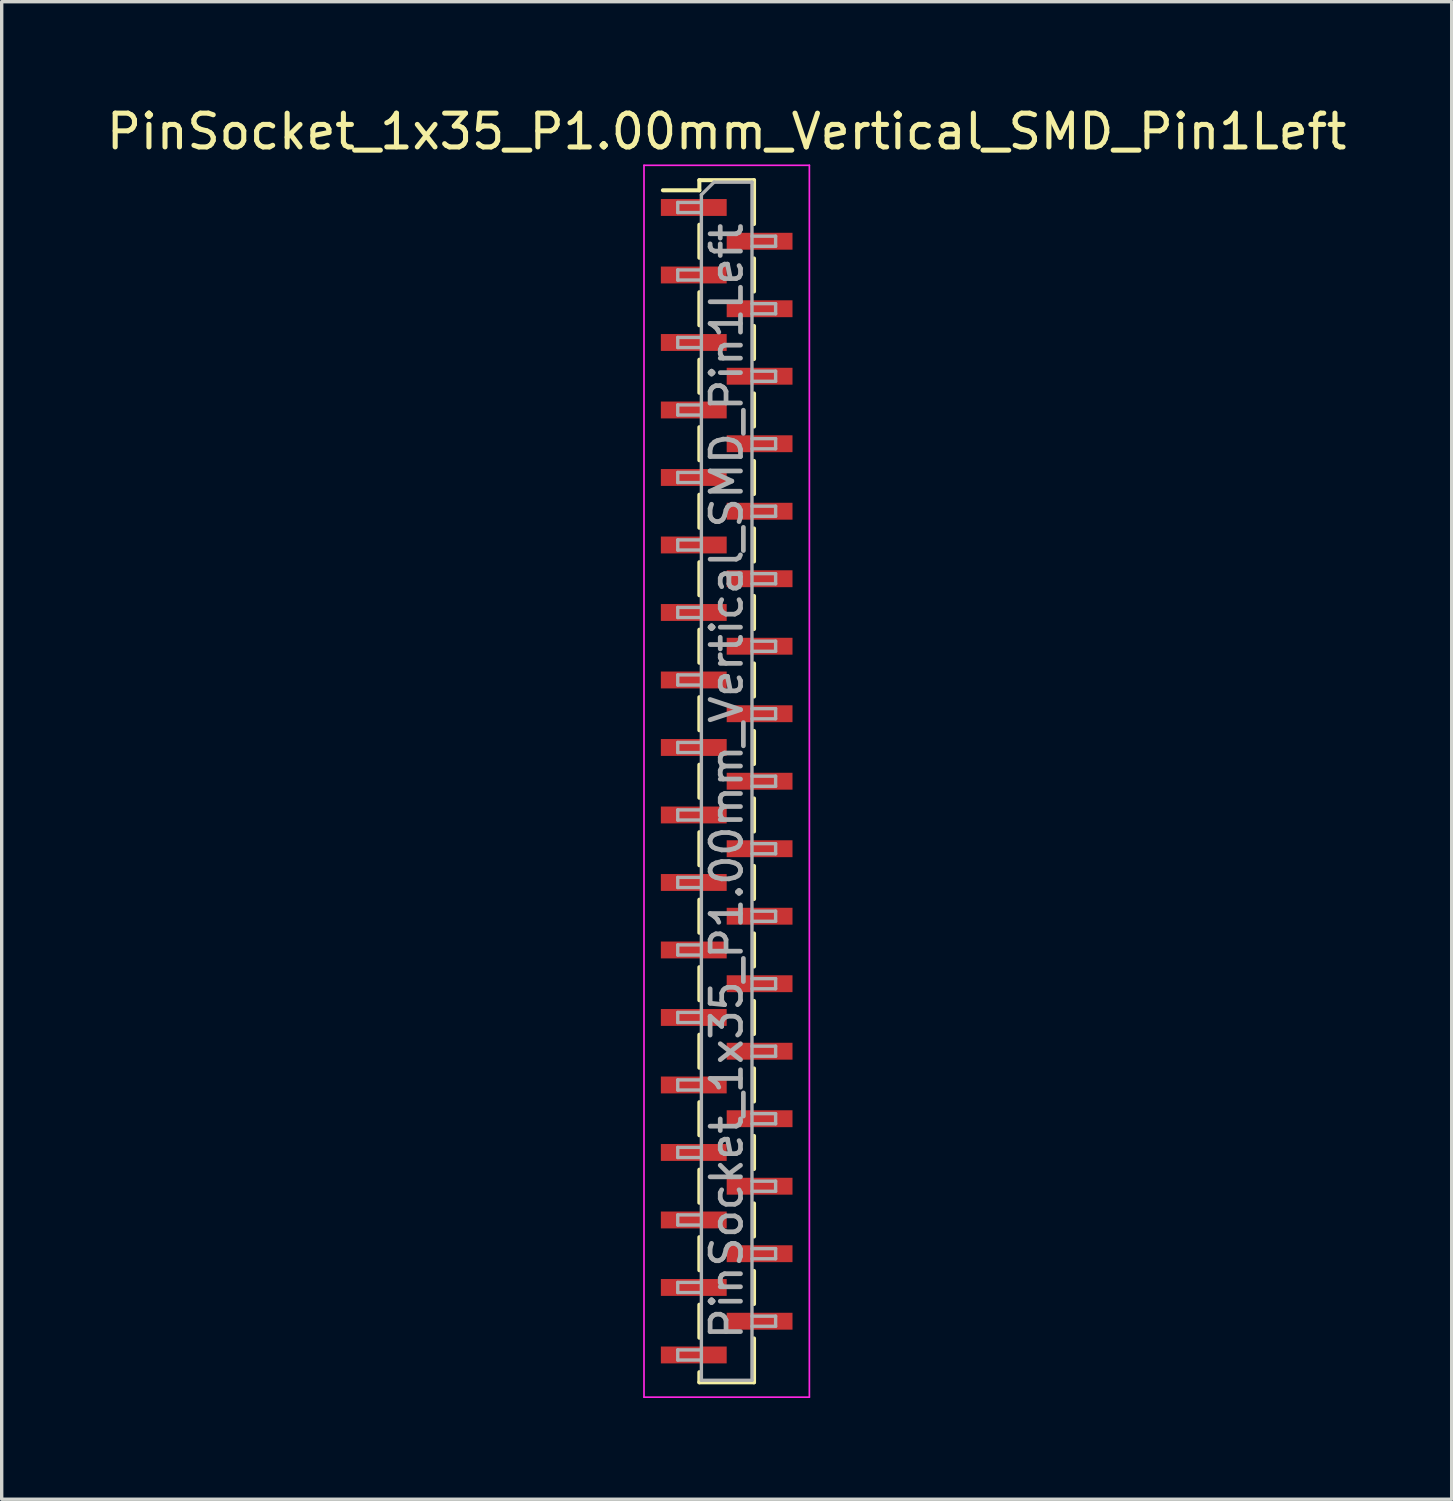
<source format=kicad_pcb>
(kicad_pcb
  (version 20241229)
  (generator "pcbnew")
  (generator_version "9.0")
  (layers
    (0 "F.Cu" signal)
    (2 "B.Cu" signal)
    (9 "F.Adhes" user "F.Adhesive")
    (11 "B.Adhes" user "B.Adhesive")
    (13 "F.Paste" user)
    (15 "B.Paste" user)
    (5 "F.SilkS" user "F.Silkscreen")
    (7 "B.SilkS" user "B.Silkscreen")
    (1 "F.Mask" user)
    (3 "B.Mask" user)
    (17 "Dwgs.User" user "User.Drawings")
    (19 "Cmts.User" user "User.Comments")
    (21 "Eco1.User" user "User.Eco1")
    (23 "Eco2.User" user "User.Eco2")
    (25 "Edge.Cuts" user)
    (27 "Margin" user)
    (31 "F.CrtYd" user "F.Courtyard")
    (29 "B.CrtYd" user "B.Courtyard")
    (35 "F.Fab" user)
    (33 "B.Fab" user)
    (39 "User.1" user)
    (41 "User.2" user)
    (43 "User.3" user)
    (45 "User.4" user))
  (footprint "PinSocket_1x35_P1.00mm_Vertical_SMD_Pin1Left"
    (layer "F.Cu")
    (at 18.482 20.098)
    (property "Reference" "PinSocket_1x35_P1.00mm_Vertical_SMD_Pin1Left" (at 0 -19.25 0) (layer "F.SilkS") (effects (font (size 1 1) (thickness 0.15))))
    (attr smd)
    (fp_line (start -1.89 -17.51) (end -0.81 -17.51) (stroke (width 0.12) (type solid)) (layer "F.SilkS"))
    (fp_line (start -0.81 -17.81) (end -0.81 -17.51) (stroke (width 0.12) (type solid)) (layer "F.SilkS"))
    (fp_line (start -0.81 -17.81) (end 0.81 -17.81) (stroke (width 0.12) (type solid)) (layer "F.SilkS"))
    (fp_line (start -0.81 -16.49) (end -0.81 -15.51) (stroke (width 0.12) (type solid)) (layer "F.SilkS"))
    (fp_line (start -0.81 -14.49) (end -0.81 -13.51) (stroke (width 0.12) (type solid)) (layer "F.SilkS"))
    (fp_line (start -0.81 -12.49) (end -0.81 -11.51) (stroke (width 0.12) (type solid)) (layer "F.SilkS"))
    (fp_line (start -0.81 -10.49) (end -0.81 -9.51) (stroke (width 0.12) (type solid)) (layer "F.SilkS"))
    (fp_line (start -0.81 -8.49) (end -0.81 -7.51) (stroke (width 0.12) (type solid)) (layer "F.SilkS"))
    (fp_line (start -0.81 -6.49) (end -0.81 -5.51) (stroke (width 0.12) (type solid)) (layer "F.SilkS"))
    (fp_line (start -0.81 -4.49) (end -0.81 -3.51) (stroke (width 0.12) (type solid)) (layer "F.SilkS"))
    (fp_line (start -0.81 -2.49) (end -0.81 -1.51) (stroke (width 0.12) (type solid)) (layer "F.SilkS"))
    (fp_line (start -0.81 -0.49) (end -0.81 0.49) (stroke (width 0.12) (type solid)) (layer "F.SilkS"))
    (fp_line (start -0.81 1.51) (end -0.81 2.49) (stroke (width 0.12) (type solid)) (layer "F.SilkS"))
    (fp_line (start -0.81 3.51) (end -0.81 4.49) (stroke (width 0.12) (type solid)) (layer "F.SilkS"))
    (fp_line (start -0.81 5.51) (end -0.81 6.49) (stroke (width 0.12) (type solid)) (layer "F.SilkS"))
    (fp_line (start -0.81 7.51) (end -0.81 8.49) (stroke (width 0.12) (type solid)) (layer "F.SilkS"))
    (fp_line (start -0.81 9.51) (end -0.81 10.49) (stroke (width 0.12) (type solid)) (layer "F.SilkS"))
    (fp_line (start -0.81 11.51) (end -0.81 12.49) (stroke (width 0.12) (type solid)) (layer "F.SilkS"))
    (fp_line (start -0.81 13.51) (end -0.81 14.49) (stroke (width 0.12) (type solid)) (layer "F.SilkS"))
    (fp_line (start -0.81 15.51) (end -0.81 16.49) (stroke (width 0.12) (type solid)) (layer "F.SilkS"))
    (fp_line (start -0.81 17.51) (end -0.81 17.81) (stroke (width 0.12) (type solid)) (layer "F.SilkS"))
    (fp_line (start -0.81 17.81) (end 0.81 17.81) (stroke (width 0.12) (type solid)) (layer "F.SilkS"))
    (fp_line (start 0.81 -17.81) (end 0.81 -16.51) (stroke (width 0.12) (type solid)) (layer "F.SilkS"))
    (fp_line (start 0.81 -15.49) (end 0.81 -14.51) (stroke (width 0.12) (type solid)) (layer "F.SilkS"))
    (fp_line (start 0.81 -13.49) (end 0.81 -12.51) (stroke (width 0.12) (type solid)) (layer "F.SilkS"))
    (fp_line (start 0.81 -11.49) (end 0.81 -10.51) (stroke (width 0.12) (type solid)) (layer "F.SilkS"))
    (fp_line (start 0.81 -9.49) (end 0.81 -8.51) (stroke (width 0.12) (type solid)) (layer "F.SilkS"))
    (fp_line (start 0.81 -7.49) (end 0.81 -6.51) (stroke (width 0.12) (type solid)) (layer "F.SilkS"))
    (fp_line (start 0.81 -5.49) (end 0.81 -4.51) (stroke (width 0.12) (type solid)) (layer "F.SilkS"))
    (fp_line (start 0.81 -3.49) (end 0.81 -2.51) (stroke (width 0.12) (type solid)) (layer "F.SilkS"))
    (fp_line (start 0.81 -1.49) (end 0.81 -0.51) (stroke (width 0.12) (type solid)) (layer "F.SilkS"))
    (fp_line (start 0.81 0.51) (end 0.81 1.49) (stroke (width 0.12) (type solid)) (layer "F.SilkS"))
    (fp_line (start 0.81 2.51) (end 0.81 3.49) (stroke (width 0.12) (type solid)) (layer "F.SilkS"))
    (fp_line (start 0.81 4.51) (end 0.81 5.49) (stroke (width 0.12) (type solid)) (layer "F.SilkS"))
    (fp_line (start 0.81 6.51) (end 0.81 7.49) (stroke (width 0.12) (type solid)) (layer "F.SilkS"))
    (fp_line (start 0.81 8.51) (end 0.81 9.49) (stroke (width 0.12) (type solid)) (layer "F.SilkS"))
    (fp_line (start 0.81 10.51) (end 0.81 11.49) (stroke (width 0.12) (type solid)) (layer "F.SilkS"))
    (fp_line (start 0.81 12.51) (end 0.81 13.49) (stroke (width 0.12) (type solid)) (layer "F.SilkS"))
    (fp_line (start 0.81 14.51) (end 0.81 15.49) (stroke (width 0.12) (type solid)) (layer "F.SilkS"))
    (fp_line (start 0.81 16.51) (end 0.81 17.81) (stroke (width 0.12) (type solid)) (layer "F.SilkS"))
    (fp_line (start -2.45 -18.25) (end 2.45 -18.25) (stroke (width 0.05) (type solid)) (layer "F.CrtYd"))
    (fp_line (start -2.45 18.25) (end -2.45 -18.25) (stroke (width 0.05) (type solid)) (layer "F.CrtYd"))
    (fp_line (start 2.45 -18.25) (end 2.45 18.25) (stroke (width 0.05) (type solid)) (layer "F.CrtYd"))
    (fp_line (start 2.45 18.25) (end -2.45 18.25) (stroke (width 0.05) (type solid)) (layer "F.CrtYd"))
    (fp_line (start -1.45 -17.15) (end -0.75 -17.15) (stroke (width 0.1) (type solid)) (layer "F.Fab"))
    (fp_line (start -1.45 -16.85) (end -1.45 -17.15) (stroke (width 0.1) (type solid)) (layer "F.Fab"))
    (fp_line (start -1.45 -15.15) (end -0.75 -15.15) (stroke (width 0.1) (type solid)) (layer "F.Fab"))
    (fp_line (start -1.45 -14.85) (end -1.45 -15.15) (stroke (width 0.1) (type solid)) (layer "F.Fab"))
    (fp_line (start -1.45 -13.15) (end -0.75 -13.15) (stroke (width 0.1) (type solid)) (layer "F.Fab"))
    (fp_line (start -1.45 -12.85) (end -1.45 -13.15) (stroke (width 0.1) (type solid)) (layer "F.Fab"))
    (fp_line (start -1.45 -11.15) (end -0.75 -11.15) (stroke (width 0.1) (type solid)) (layer "F.Fab"))
    (fp_line (start -1.45 -10.85) (end -1.45 -11.15) (stroke (width 0.1) (type solid)) (layer "F.Fab"))
    (fp_line (start -1.45 -9.15) (end -0.75 -9.15) (stroke (width 0.1) (type solid)) (layer "F.Fab"))
    (fp_line (start -1.45 -8.85) (end -1.45 -9.15) (stroke (width 0.1) (type solid)) (layer "F.Fab"))
    (fp_line (start -1.45 -7.15) (end -0.75 -7.15) (stroke (width 0.1) (type solid)) (layer "F.Fab"))
    (fp_line (start -1.45 -6.85) (end -1.45 -7.15) (stroke (width 0.1) (type solid)) (layer "F.Fab"))
    (fp_line (start -1.45 -5.15) (end -0.75 -5.15) (stroke (width 0.1) (type solid)) (layer "F.Fab"))
    (fp_line (start -1.45 -4.85) (end -1.45 -5.15) (stroke (width 0.1) (type solid)) (layer "F.Fab"))
    (fp_line (start -1.45 -3.15) (end -0.75 -3.15) (stroke (width 0.1) (type solid)) (layer "F.Fab"))
    (fp_line (start -1.45 -2.85) (end -1.45 -3.15) (stroke (width 0.1) (type solid)) (layer "F.Fab"))
    (fp_line (start -1.45 -1.15) (end -0.75 -1.15) (stroke (width 0.1) (type solid)) (layer "F.Fab"))
    (fp_line (start -1.45 -0.85) (end -1.45 -1.15) (stroke (width 0.1) (type solid)) (layer "F.Fab"))
    (fp_line (start -1.45 0.85) (end -0.75 0.85) (stroke (width 0.1) (type solid)) (layer "F.Fab"))
    (fp_line (start -1.45 1.15) (end -1.45 0.85) (stroke (width 0.1) (type solid)) (layer "F.Fab"))
    (fp_line (start -1.45 2.85) (end -0.75 2.85) (stroke (width 0.1) (type solid)) (layer "F.Fab"))
    (fp_line (start -1.45 3.15) (end -1.45 2.85) (stroke (width 0.1) (type solid)) (layer "F.Fab"))
    (fp_line (start -1.45 4.85) (end -0.75 4.85) (stroke (width 0.1) (type solid)) (layer "F.Fab"))
    (fp_line (start -1.45 5.15) (end -1.45 4.85) (stroke (width 0.1) (type solid)) (layer "F.Fab"))
    (fp_line (start -1.45 6.85) (end -0.75 6.85) (stroke (width 0.1) (type solid)) (layer "F.Fab"))
    (fp_line (start -1.45 7.15) (end -1.45 6.85) (stroke (width 0.1) (type solid)) (layer "F.Fab"))
    (fp_line (start -1.45 8.85) (end -0.75 8.85) (stroke (width 0.1) (type solid)) (layer "F.Fab"))
    (fp_line (start -1.45 9.15) (end -1.45 8.85) (stroke (width 0.1) (type solid)) (layer "F.Fab"))
    (fp_line (start -1.45 10.85) (end -0.75 10.85) (stroke (width 0.1) (type solid)) (layer "F.Fab"))
    (fp_line (start -1.45 11.15) (end -1.45 10.85) (stroke (width 0.1) (type solid)) (layer "F.Fab"))
    (fp_line (start -1.45 12.85) (end -0.75 12.85) (stroke (width 0.1) (type solid)) (layer "F.Fab"))
    (fp_line (start -1.45 13.15) (end -1.45 12.85) (stroke (width 0.1) (type solid)) (layer "F.Fab"))
    (fp_line (start -1.45 14.85) (end -0.75 14.85) (stroke (width 0.1) (type solid)) (layer "F.Fab"))
    (fp_line (start -1.45 15.15) (end -1.45 14.85) (stroke (width 0.1) (type solid)) (layer "F.Fab"))
    (fp_line (start -1.45 16.85) (end -0.75 16.85) (stroke (width 0.1) (type solid)) (layer "F.Fab"))
    (fp_line (start -1.45 17.15) (end -1.45 16.85) (stroke (width 0.1) (type solid)) (layer "F.Fab"))
    (fp_line (start -0.75 -17.375) (end -0.375 -17.75) (stroke (width 0.1) (type solid)) (layer "F.Fab"))
    (fp_line (start -0.75 -16.85) (end -1.45 -16.85) (stroke (width 0.1) (type solid)) (layer "F.Fab"))
    (fp_line (start -0.75 -14.85) (end -1.45 -14.85) (stroke (width 0.1) (type solid)) (layer "F.Fab"))
    (fp_line (start -0.75 -12.85) (end -1.45 -12.85) (stroke (width 0.1) (type solid)) (layer "F.Fab"))
    (fp_line (start -0.75 -10.85) (end -1.45 -10.85) (stroke (width 0.1) (type solid)) (layer "F.Fab"))
    (fp_line (start -0.75 -8.85) (end -1.45 -8.85) (stroke (width 0.1) (type solid)) (layer "F.Fab"))
    (fp_line (start -0.75 -6.85) (end -1.45 -6.85) (stroke (width 0.1) (type solid)) (layer "F.Fab"))
    (fp_line (start -0.75 -4.85) (end -1.45 -4.85) (stroke (width 0.1) (type solid)) (layer "F.Fab"))
    (fp_line (start -0.75 -2.85) (end -1.45 -2.85) (stroke (width 0.1) (type solid)) (layer "F.Fab"))
    (fp_line (start -0.75 -0.85) (end -1.45 -0.85) (stroke (width 0.1) (type solid)) (layer "F.Fab"))
    (fp_line (start -0.75 1.15) (end -1.45 1.15) (stroke (width 0.1) (type solid)) (layer "F.Fab"))
    (fp_line (start -0.75 3.15) (end -1.45 3.15) (stroke (width 0.1) (type solid)) (layer "F.Fab"))
    (fp_line (start -0.75 5.15) (end -1.45 5.15) (stroke (width 0.1) (type solid)) (layer "F.Fab"))
    (fp_line (start -0.75 7.15) (end -1.45 7.15) (stroke (width 0.1) (type solid)) (layer "F.Fab"))
    (fp_line (start -0.75 9.15) (end -1.45 9.15) (stroke (width 0.1) (type solid)) (layer "F.Fab"))
    (fp_line (start -0.75 11.15) (end -1.45 11.15) (stroke (width 0.1) (type solid)) (layer "F.Fab"))
    (fp_line (start -0.75 13.15) (end -1.45 13.15) (stroke (width 0.1) (type solid)) (layer "F.Fab"))
    (fp_line (start -0.75 15.15) (end -1.45 15.15) (stroke (width 0.1) (type solid)) (layer "F.Fab"))
    (fp_line (start -0.75 17.15) (end -1.45 17.15) (stroke (width 0.1) (type solid)) (layer "F.Fab"))
    (fp_line (start -0.75 17.75) (end -0.75 -17.375) (stroke (width 0.1) (type solid)) (layer "F.Fab"))
    (fp_line (start -0.375 -17.75) (end 0.75 -17.75) (stroke (width 0.1) (type solid)) (layer "F.Fab"))
    (fp_line (start 0.75 -17.75) (end 0.75 17.75) (stroke (width 0.1) (type solid)) (layer "F.Fab"))
    (fp_line (start 0.75 -16.15) (end 1.45 -16.15) (stroke (width 0.1) (type solid)) (layer "F.Fab"))
    (fp_line (start 0.75 -14.15) (end 1.45 -14.15) (stroke (width 0.1) (type solid)) (layer "F.Fab"))
    (fp_line (start 0.75 -12.15) (end 1.45 -12.15) (stroke (width 0.1) (type solid)) (layer "F.Fab"))
    (fp_line (start 0.75 -10.15) (end 1.45 -10.15) (stroke (width 0.1) (type solid)) (layer "F.Fab"))
    (fp_line (start 0.75 -8.15) (end 1.45 -8.15) (stroke (width 0.1) (type solid)) (layer "F.Fab"))
    (fp_line (start 0.75 -6.15) (end 1.45 -6.15) (stroke (width 0.1) (type solid)) (layer "F.Fab"))
    (fp_line (start 0.75 -4.15) (end 1.45 -4.15) (stroke (width 0.1) (type solid)) (layer "F.Fab"))
    (fp_line (start 0.75 -2.15) (end 1.45 -2.15) (stroke (width 0.1) (type solid)) (layer "F.Fab"))
    (fp_line (start 0.75 -0.15) (end 1.45 -0.15) (stroke (width 0.1) (type solid)) (layer "F.Fab"))
    (fp_line (start 0.75 1.85) (end 1.45 1.85) (stroke (width 0.1) (type solid)) (layer "F.Fab"))
    (fp_line (start 0.75 3.85) (end 1.45 3.85) (stroke (width 0.1) (type solid)) (layer "F.Fab"))
    (fp_line (start 0.75 5.85) (end 1.45 5.85) (stroke (width 0.1) (type solid)) (layer "F.Fab"))
    (fp_line (start 0.75 7.85) (end 1.45 7.85) (stroke (width 0.1) (type solid)) (layer "F.Fab"))
    (fp_line (start 0.75 9.85) (end 1.45 9.85) (stroke (width 0.1) (type solid)) (layer "F.Fab"))
    (fp_line (start 0.75 11.85) (end 1.45 11.85) (stroke (width 0.1) (type solid)) (layer "F.Fab"))
    (fp_line (start 0.75 13.85) (end 1.45 13.85) (stroke (width 0.1) (type solid)) (layer "F.Fab"))
    (fp_line (start 0.75 15.85) (end 1.45 15.85) (stroke (width 0.1) (type solid)) (layer "F.Fab"))
    (fp_line (start 0.75 17.75) (end -0.75 17.75) (stroke (width 0.1) (type solid)) (layer "F.Fab"))
    (fp_line (start 1.45 -16.15) (end 1.45 -15.85) (stroke (width 0.1) (type solid)) (layer "F.Fab"))
    (fp_line (start 1.45 -15.85) (end 0.75 -15.85) (stroke (width 0.1) (type solid)) (layer "F.Fab"))
    (fp_line (start 1.45 -14.15) (end 1.45 -13.85) (stroke (width 0.1) (type solid)) (layer "F.Fab"))
    (fp_line (start 1.45 -13.85) (end 0.75 -13.85) (stroke (width 0.1) (type solid)) (layer "F.Fab"))
    (fp_line (start 1.45 -12.15) (end 1.45 -11.85) (stroke (width 0.1) (type solid)) (layer "F.Fab"))
    (fp_line (start 1.45 -11.85) (end 0.75 -11.85) (stroke (width 0.1) (type solid)) (layer "F.Fab"))
    (fp_line (start 1.45 -10.15) (end 1.45 -9.85) (stroke (width 0.1) (type solid)) (layer "F.Fab"))
    (fp_line (start 1.45 -9.85) (end 0.75 -9.85) (stroke (width 0.1) (type solid)) (layer "F.Fab"))
    (fp_line (start 1.45 -8.15) (end 1.45 -7.85) (stroke (width 0.1) (type solid)) (layer "F.Fab"))
    (fp_line (start 1.45 -7.85) (end 0.75 -7.85) (stroke (width 0.1) (type solid)) (layer "F.Fab"))
    (fp_line (start 1.45 -6.15) (end 1.45 -5.85) (stroke (width 0.1) (type solid)) (layer "F.Fab"))
    (fp_line (start 1.45 -5.85) (end 0.75 -5.85) (stroke (width 0.1) (type solid)) (layer "F.Fab"))
    (fp_line (start 1.45 -4.15) (end 1.45 -3.85) (stroke (width 0.1) (type solid)) (layer "F.Fab"))
    (fp_line (start 1.45 -3.85) (end 0.75 -3.85) (stroke (width 0.1) (type solid)) (layer "F.Fab"))
    (fp_line (start 1.45 -2.15) (end 1.45 -1.85) (stroke (width 0.1) (type solid)) (layer "F.Fab"))
    (fp_line (start 1.45 -1.85) (end 0.75 -1.85) (stroke (width 0.1) (type solid)) (layer "F.Fab"))
    (fp_line (start 1.45 -0.15) (end 1.45 0.15) (stroke (width 0.1) (type solid)) (layer "F.Fab"))
    (fp_line (start 1.45 0.15) (end 0.75 0.15) (stroke (width 0.1) (type solid)) (layer "F.Fab"))
    (fp_line (start 1.45 1.85) (end 1.45 2.15) (stroke (width 0.1) (type solid)) (layer "F.Fab"))
    (fp_line (start 1.45 2.15) (end 0.75 2.15) (stroke (width 0.1) (type solid)) (layer "F.Fab"))
    (fp_line (start 1.45 3.85) (end 1.45 4.15) (stroke (width 0.1) (type solid)) (layer "F.Fab"))
    (fp_line (start 1.45 4.15) (end 0.75 4.15) (stroke (width 0.1) (type solid)) (layer "F.Fab"))
    (fp_line (start 1.45 5.85) (end 1.45 6.15) (stroke (width 0.1) (type solid)) (layer "F.Fab"))
    (fp_line (start 1.45 6.15) (end 0.75 6.15) (stroke (width 0.1) (type solid)) (layer "F.Fab"))
    (fp_line (start 1.45 7.85) (end 1.45 8.15) (stroke (width 0.1) (type solid)) (layer "F.Fab"))
    (fp_line (start 1.45 8.15) (end 0.75 8.15) (stroke (width 0.1) (type solid)) (layer "F.Fab"))
    (fp_line (start 1.45 9.85) (end 1.45 10.15) (stroke (width 0.1) (type solid)) (layer "F.Fab"))
    (fp_line (start 1.45 10.15) (end 0.75 10.15) (stroke (width 0.1) (type solid)) (layer "F.Fab"))
    (fp_line (start 1.45 11.85) (end 1.45 12.15) (stroke (width 0.1) (type solid)) (layer "F.Fab"))
    (fp_line (start 1.45 12.15) (end 0.75 12.15) (stroke (width 0.1) (type solid)) (layer "F.Fab"))
    (fp_line (start 1.45 13.85) (end 1.45 14.15) (stroke (width 0.1) (type solid)) (layer "F.Fab"))
    (fp_line (start 1.45 14.15) (end 0.75 14.15) (stroke (width 0.1) (type solid)) (layer "F.Fab"))
    (fp_line (start 1.45 15.85) (end 1.45 16.15) (stroke (width 0.1) (type solid)) (layer "F.Fab"))
    (fp_line (start 1.45 16.15) (end 0.75 16.15) (stroke (width 0.1) (type solid)) (layer "F.Fab"))
    (fp_text user "${REFERENCE}" (at 0 0 90) (layer "F.Fab") (effects (font (size 0.9 0.9) (thickness 0.14))))
    (pad "1" smd rect (at -0.975 -17) (size 1.95 0.5) (layers "F.Cu" "F.Mask" "F.Paste"))
    (pad "2" smd rect (at 0.975 -16) (size 1.95 0.5) (layers "F.Cu" "F.Mask" "F.Paste"))
    (pad "3" smd rect (at -0.975 -15) (size 1.95 0.5) (layers "F.Cu" "F.Mask" "F.Paste"))
    (pad "4" smd rect (at 0.975 -14) (size 1.95 0.5) (layers "F.Cu" "F.Mask" "F.Paste"))
    (pad "5" smd rect (at -0.975 -13) (size 1.95 0.5) (layers "F.Cu" "F.Mask" "F.Paste"))
    (pad "6" smd rect (at 0.975 -12) (size 1.95 0.5) (layers "F.Cu" "F.Mask" "F.Paste"))
    (pad "7" smd rect (at -0.975 -11) (size 1.95 0.5) (layers "F.Cu" "F.Mask" "F.Paste"))
    (pad "8" smd rect (at 0.975 -10) (size 1.95 0.5) (layers "F.Cu" "F.Mask" "F.Paste"))
    (pad "9" smd rect (at -0.975 -9) (size 1.95 0.5) (layers "F.Cu" "F.Mask" "F.Paste"))
    (pad "10" smd rect (at 0.975 -8) (size 1.95 0.5) (layers "F.Cu" "F.Mask" "F.Paste"))
    (pad "11" smd rect (at -0.975 -7) (size 1.95 0.5) (layers "F.Cu" "F.Mask" "F.Paste"))
    (pad "12" smd rect (at 0.975 -6) (size 1.95 0.5) (layers "F.Cu" "F.Mask" "F.Paste"))
    (pad "13" smd rect (at -0.975 -5) (size 1.95 0.5) (layers "F.Cu" "F.Mask" "F.Paste"))
    (pad "14" smd rect (at 0.975 -4) (size 1.95 0.5) (layers "F.Cu" "F.Mask" "F.Paste"))
    (pad "15" smd rect (at -0.975 -3) (size 1.95 0.5) (layers "F.Cu" "F.Mask" "F.Paste"))
    (pad "16" smd rect (at 0.975 -2) (size 1.95 0.5) (layers "F.Cu" "F.Mask" "F.Paste"))
    (pad "17" smd rect (at -0.975 -1) (size 1.95 0.5) (layers "F.Cu" "F.Mask" "F.Paste"))
    (pad "18" smd rect (at 0.975 0) (size 1.95 0.5) (layers "F.Cu" "F.Mask" "F.Paste"))
    (pad "19" smd rect (at -0.975 1) (size 1.95 0.5) (layers "F.Cu" "F.Mask" "F.Paste"))
    (pad "20" smd rect (at 0.975 2) (size 1.95 0.5) (layers "F.Cu" "F.Mask" "F.Paste"))
    (pad "21" smd rect (at -0.975 3) (size 1.95 0.5) (layers "F.Cu" "F.Mask" "F.Paste"))
    (pad "22" smd rect (at 0.975 4) (size 1.95 0.5) (layers "F.Cu" "F.Mask" "F.Paste"))
    (pad "23" smd rect (at -0.975 5) (size 1.95 0.5) (layers "F.Cu" "F.Mask" "F.Paste"))
    (pad "24" smd rect (at 0.975 6) (size 1.95 0.5) (layers "F.Cu" "F.Mask" "F.Paste"))
    (pad "25" smd rect (at -0.975 7) (size 1.95 0.5) (layers "F.Cu" "F.Mask" "F.Paste"))
    (pad "26" smd rect (at 0.975 8) (size 1.95 0.5) (layers "F.Cu" "F.Mask" "F.Paste"))
    (pad "27" smd rect (at -0.975 9) (size 1.95 0.5) (layers "F.Cu" "F.Mask" "F.Paste"))
    (pad "28" smd rect (at 0.975 10) (size 1.95 0.5) (layers "F.Cu" "F.Mask" "F.Paste"))
    (pad "29" smd rect (at -0.975 11) (size 1.95 0.5) (layers "F.Cu" "F.Mask" "F.Paste"))
    (pad "30" smd rect (at 0.975 12) (size 1.95 0.5) (layers "F.Cu" "F.Mask" "F.Paste"))
    (pad "31" smd rect (at -0.975 13) (size 1.95 0.5) (layers "F.Cu" "F.Mask" "F.Paste"))
    (pad "32" smd rect (at 0.975 14) (size 1.95 0.5) (layers "F.Cu" "F.Mask" "F.Paste"))
    (pad "33" smd rect (at -0.975 15) (size 1.95 0.5) (layers "F.Cu" "F.Mask" "F.Paste"))
    (pad "34" smd rect (at 0.975 16) (size 1.95 0.5) (layers "F.Cu" "F.Mask" "F.Paste"))
    (pad "35" smd rect (at -0.975 17) (size 1.95 0.5) (layers "F.Cu" "F.Mask" "F.Paste")))
  (gr_rect
    (start -3 -3)
    (end 39.964 41.373)
    (stroke (width 0.1) (type default))
    (fill no)
    (layer "Edge.Cuts")))
</source>
